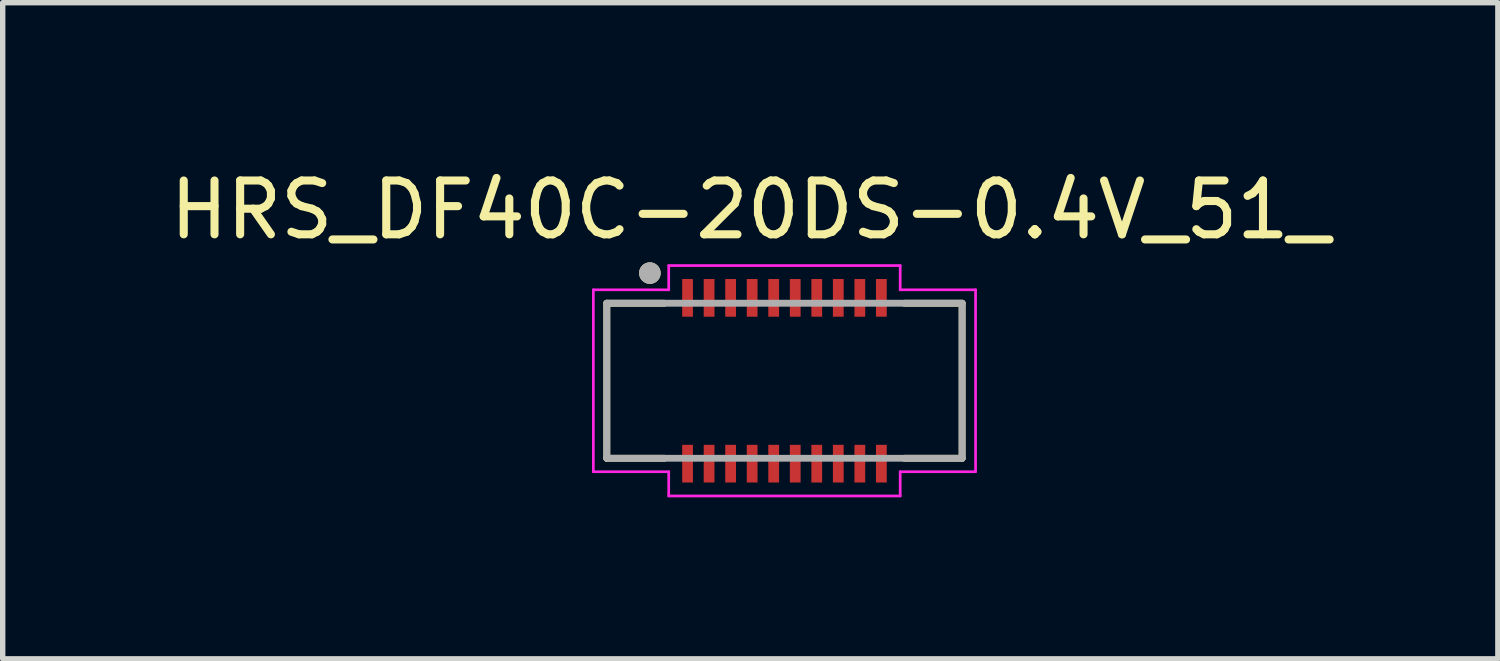
<source format=kicad_pcb>
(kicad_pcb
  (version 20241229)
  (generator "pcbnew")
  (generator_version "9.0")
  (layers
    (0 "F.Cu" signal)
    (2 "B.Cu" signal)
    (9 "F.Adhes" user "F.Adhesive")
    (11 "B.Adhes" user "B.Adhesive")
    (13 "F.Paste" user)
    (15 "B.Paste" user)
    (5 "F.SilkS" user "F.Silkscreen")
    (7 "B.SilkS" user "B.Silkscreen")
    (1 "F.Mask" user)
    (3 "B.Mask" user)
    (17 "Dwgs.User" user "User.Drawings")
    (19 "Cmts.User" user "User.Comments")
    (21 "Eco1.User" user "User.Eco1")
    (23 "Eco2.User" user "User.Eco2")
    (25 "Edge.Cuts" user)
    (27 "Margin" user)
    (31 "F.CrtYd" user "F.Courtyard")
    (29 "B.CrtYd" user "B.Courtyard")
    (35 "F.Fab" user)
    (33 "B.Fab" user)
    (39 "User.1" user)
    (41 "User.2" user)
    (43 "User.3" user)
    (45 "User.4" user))
  (footprint "HRS_DF40C-20DS-0.4V_51_"
    (layer "F.Cu")
    (at 11.522 4.023)
    (property "Reference" "HRS_DF40C-20DS-0.4V_51_" (at -0.635 -3.175 0) (layer "F.SilkS") (effects (font (size 1 1) (thickness 0.15))))
    (attr smd)
    (fp_line (start -3.3 -1.44) (end -3.3 1.44) (stroke (width 0.127) (type solid)) (layer "F.SilkS"))
    (fp_line (start -3.3 1.44) (end -2.23 1.44) (stroke (width 0.127) (type solid)) (layer "F.SilkS"))
    (fp_line (start -2.23 -1.44) (end -3.3 -1.44) (stroke (width 0.127) (type solid)) (layer "F.SilkS"))
    (fp_line (start 2.23 -1.44) (end 3.3 -1.44) (stroke (width 0.127) (type solid)) (layer "F.SilkS"))
    (fp_line (start 3.3 -1.44) (end 3.3 1.44) (stroke (width 0.127) (type solid)) (layer "F.SilkS"))
    (fp_line (start 3.3 1.44) (end 2.23 1.44) (stroke (width 0.127) (type solid)) (layer "F.SilkS"))
    (fp_circle (center -2.5 -2) (end -2.4 -2) (stroke (width 0.2) (type solid)) (fill no) (layer "F.SilkS"))
    (fp_poly (pts (xy -1.88 -1.82) (xy -1.72 -1.82) (xy -1.72 -1.26) (xy -1.88 -1.26)) (stroke (width 0.01) (type solid)) (fill yes) (layer "F.Paste"))
    (fp_poly (pts (xy -1.88 1.26) (xy -1.72 1.26) (xy -1.72 1.82) (xy -1.88 1.82)) (stroke (width 0.01) (type solid)) (fill yes) (layer "F.Paste"))
    (fp_poly (pts (xy -1.48 -1.82) (xy -1.32 -1.82) (xy -1.32 -1.26) (xy -1.48 -1.26)) (stroke (width 0.01) (type solid)) (fill yes) (layer "F.Paste"))
    (fp_poly (pts (xy -1.48 1.26) (xy -1.32 1.26) (xy -1.32 1.82) (xy -1.48 1.82)) (stroke (width 0.01) (type solid)) (fill yes) (layer "F.Paste"))
    (fp_poly (pts (xy -1.08 -1.82) (xy -0.92 -1.82) (xy -0.92 -1.26) (xy -1.08 -1.26)) (stroke (width 0.01) (type solid)) (fill yes) (layer "F.Paste"))
    (fp_poly (pts (xy -1.08 1.26) (xy -0.92 1.26) (xy -0.92 1.82) (xy -1.08 1.82)) (stroke (width 0.01) (type solid)) (fill yes) (layer "F.Paste"))
    (fp_poly (pts (xy -0.68 -1.82) (xy -0.52 -1.82) (xy -0.52 -1.26) (xy -0.68 -1.26)) (stroke (width 0.01) (type solid)) (fill yes) (layer "F.Paste"))
    (fp_poly (pts (xy -0.68 1.26) (xy -0.52 1.26) (xy -0.52 1.82) (xy -0.68 1.82)) (stroke (width 0.01) (type solid)) (fill yes) (layer "F.Paste"))
    (fp_poly (pts (xy -0.28 -1.82) (xy -0.12 -1.82) (xy -0.12 -1.26) (xy -0.28 -1.26)) (stroke (width 0.01) (type solid)) (fill yes) (layer "F.Paste"))
    (fp_poly (pts (xy -0.28 1.26) (xy -0.12 1.26) (xy -0.12 1.82) (xy -0.28 1.82)) (stroke (width 0.01) (type solid)) (fill yes) (layer "F.Paste"))
    (fp_poly (pts (xy 0.12 -1.82) (xy 0.28 -1.82) (xy 0.28 -1.26) (xy 0.12 -1.26)) (stroke (width 0.01) (type solid)) (fill yes) (layer "F.Paste"))
    (fp_poly (pts (xy 0.12 1.26) (xy 0.28 1.26) (xy 0.28 1.82) (xy 0.12 1.82)) (stroke (width 0.01) (type solid)) (fill yes) (layer "F.Paste"))
    (fp_poly (pts (xy 0.52 -1.82) (xy 0.68 -1.82) (xy 0.68 -1.26) (xy 0.52 -1.26)) (stroke (width 0.01) (type solid)) (fill yes) (layer "F.Paste"))
    (fp_poly (pts (xy 0.52 1.26) (xy 0.68 1.26) (xy 0.68 1.82) (xy 0.52 1.82)) (stroke (width 0.01) (type solid)) (fill yes) (layer "F.Paste"))
    (fp_poly (pts (xy 0.92 -1.82) (xy 1.08 -1.82) (xy 1.08 -1.26) (xy 0.92 -1.26)) (stroke (width 0.01) (type solid)) (fill yes) (layer "F.Paste"))
    (fp_poly (pts (xy 0.92 1.26) (xy 1.08 1.26) (xy 1.08 1.82) (xy 0.92 1.82)) (stroke (width 0.01) (type solid)) (fill yes) (layer "F.Paste"))
    (fp_poly (pts (xy 1.32 -1.82) (xy 1.48 -1.82) (xy 1.48 -1.26) (xy 1.32 -1.26)) (stroke (width 0.01) (type solid)) (fill yes) (layer "F.Paste"))
    (fp_poly (pts (xy 1.32 1.26) (xy 1.48 1.26) (xy 1.48 1.82) (xy 1.32 1.82)) (stroke (width 0.01) (type solid)) (fill yes) (layer "F.Paste"))
    (fp_poly (pts (xy 1.72 -1.82) (xy 1.88 -1.82) (xy 1.88 -1.26) (xy 1.72 -1.26)) (stroke (width 0.01) (type solid)) (fill yes) (layer "F.Paste"))
    (fp_poly (pts (xy 1.72 1.26) (xy 1.88 1.26) (xy 1.88 1.82) (xy 1.72 1.82)) (stroke (width 0.01) (type solid)) (fill yes) (layer "F.Paste"))
    (fp_line (start -3.55 -1.69) (end -2.15 -1.69) (stroke (width 0.05) (type solid)) (layer "F.CrtYd"))
    (fp_line (start -3.55 1.69) (end -3.55 -1.69) (stroke (width 0.05) (type solid)) (layer "F.CrtYd"))
    (fp_line (start -2.15 -2.14) (end 2.15 -2.14) (stroke (width 0.05) (type solid)) (layer "F.CrtYd"))
    (fp_line (start -2.15 -1.69) (end -2.15 -2.14) (stroke (width 0.05) (type solid)) (layer "F.CrtYd"))
    (fp_line (start -2.15 1.69) (end -3.55 1.69) (stroke (width 0.05) (type solid)) (layer "F.CrtYd"))
    (fp_line (start -2.15 2.14) (end -2.15 1.69) (stroke (width 0.05) (type solid)) (layer "F.CrtYd"))
    (fp_line (start 2.15 -2.14) (end 2.15 -1.69) (stroke (width 0.05) (type solid)) (layer "F.CrtYd"))
    (fp_line (start 2.15 -1.69) (end 3.55 -1.69) (stroke (width 0.05) (type solid)) (layer "F.CrtYd"))
    (fp_line (start 2.15 1.69) (end 2.15 2.14) (stroke (width 0.05) (type solid)) (layer "F.CrtYd"))
    (fp_line (start 2.15 2.14) (end -2.15 2.14) (stroke (width 0.05) (type solid)) (layer "F.CrtYd"))
    (fp_line (start 3.55 -1.69) (end 3.55 1.69) (stroke (width 0.05) (type solid)) (layer "F.CrtYd"))
    (fp_line (start 3.55 1.69) (end 2.15 1.69) (stroke (width 0.05) (type solid)) (layer "F.CrtYd"))
    (fp_line (start -3.3 -1.44) (end 3.3 -1.44) (stroke (width 0.127) (type solid)) (layer "F.Fab"))
    (fp_line (start -3.3 1.44) (end -3.3 -1.44) (stroke (width 0.127) (type solid)) (layer "F.Fab"))
    (fp_line (start 3.3 -1.44) (end 3.3 1.44) (stroke (width 0.127) (type solid)) (layer "F.Fab"))
    (fp_line (start 3.3 1.44) (end -3.3 1.44) (stroke (width 0.127) (type solid)) (layer "F.Fab"))
    (fp_circle (center -2.5 -2) (end -2.4 -2) (stroke (width 0.2) (type solid)) (fill no) (layer "F.Fab"))
    (pad "1" smd rect (at -1.8 -1.54) (size 0.2 0.7) (layers "F.Cu" "F.Mask"))
    (pad "2" smd rect (at -1.8 1.54) (size 0.2 0.7) (layers "F.Cu" "F.Mask"))
    (pad "3" smd rect (at -1.4 -1.54) (size 0.2 0.7) (layers "F.Cu" "F.Mask"))
    (pad "4" smd rect (at -1.4 1.54) (size 0.2 0.7) (layers "F.Cu" "F.Mask"))
    (pad "5" smd rect (at -1 -1.54) (size 0.2 0.7) (layers "F.Cu" "F.Mask"))
    (pad "6" smd rect (at -1 1.54) (size 0.2 0.7) (layers "F.Cu" "F.Mask"))
    (pad "7" smd rect (at -0.6 -1.54) (size 0.2 0.7) (layers "F.Cu" "F.Mask"))
    (pad "8" smd rect (at -0.6 1.54) (size 0.2 0.7) (layers "F.Cu" "F.Mask"))
    (pad "9" smd rect (at -0.2 -1.54) (size 0.2 0.7) (layers "F.Cu" "F.Mask"))
    (pad "10" smd rect (at -0.2 1.54) (size 0.2 0.7) (layers "F.Cu" "F.Mask"))
    (pad "11" smd rect (at 0.2 -1.54) (size 0.2 0.7) (layers "F.Cu" "F.Mask"))
    (pad "12" smd rect (at 0.2 1.54) (size 0.2 0.7) (layers "F.Cu" "F.Mask"))
    (pad "13" smd rect (at 0.6 -1.54) (size 0.2 0.7) (layers "F.Cu" "F.Mask"))
    (pad "14" smd rect (at 0.6 1.54) (size 0.2 0.7) (layers "F.Cu" "F.Mask"))
    (pad "15" smd rect (at 1 -1.54) (size 0.2 0.7) (layers "F.Cu" "F.Mask"))
    (pad "16" smd rect (at 1 1.54) (size 0.2 0.7) (layers "F.Cu" "F.Mask"))
    (pad "17" smd rect (at 1.4 -1.54) (size 0.2 0.7) (layers "F.Cu" "F.Mask"))
    (pad "18" smd rect (at 1.4 1.54) (size 0.2 0.7) (layers "F.Cu" "F.Mask"))
    (pad "19" smd rect (at 1.8 -1.54) (size 0.2 0.7) (layers "F.Cu" "F.Mask"))
    (pad "20" smd rect (at 1.8 1.54) (size 0.2 0.7) (layers "F.Cu" "F.Mask"))
    (zone (net_name "") (layer "F.Cu") (hatch full 0.508) (connect_pads) (min_thickness 0.01) (filled_areas_thickness no) (keepout (tracks not_allowed) (vias not_allowed) (pads not_allowed) (copperpour not_allowed) (footprints allowed)) (placement (enabled no)) (fill) (polygon (pts (xy 9.622 2.283) (xy 9.822 2.283) (xy 9.822 2.723) (xy 9.622 2.723))))
    (zone (net_name "") (layer "F.Cu") (hatch full 0.508) (connect_pads) (min_thickness 0.01) (filled_areas_thickness no) (keepout (tracks not_allowed) (vias not_allowed) (pads not_allowed) (copperpour not_allowed) (footprints allowed)) (placement (enabled no)) (fill) (polygon (pts (xy 9.622 5.353) (xy 9.822 5.353) (xy 9.822 5.793) (xy 9.622 5.793))))
    (zone (net_name "") (layer "F.Cu") (hatch full 0.508) (connect_pads) (min_thickness 0.01) (filled_areas_thickness no) (keepout (tracks not_allowed) (vias not_allowed) (pads not_allowed) (copperpour not_allowed) (footprints allowed)) (placement (enabled no)) (fill) (polygon (pts (xy 10.022 2.283) (xy 10.222 2.283) (xy 10.222 2.723) (xy 10.022 2.723))))
    (zone (net_name "") (layer "F.Cu") (hatch full 0.508) (connect_pads) (min_thickness 0.01) (filled_areas_thickness no) (keepout (tracks not_allowed) (vias not_allowed) (pads not_allowed) (copperpour not_allowed) (footprints allowed)) (placement (enabled no)) (fill) (polygon (pts (xy 10.022 5.353) (xy 10.222 5.353) (xy 10.222 5.793) (xy 10.022 5.793))))
    (zone (net_name "") (layer "F.Cu") (hatch full 0.508) (connect_pads) (min_thickness 0.01) (filled_areas_thickness no) (keepout (tracks not_allowed) (vias not_allowed) (pads not_allowed) (copperpour not_allowed) (footprints allowed)) (placement (enabled no)) (fill) (polygon (pts (xy 10.422 2.283) (xy 10.622 2.283) (xy 10.622 2.723) (xy 10.422 2.723))))
    (zone (net_name "") (layer "F.Cu") (hatch full 0.508) (connect_pads) (min_thickness 0.01) (filled_areas_thickness no) (keepout (tracks not_allowed) (vias not_allowed) (pads not_allowed) (copperpour not_allowed) (footprints allowed)) (placement (enabled no)) (fill) (polygon (pts (xy 10.422 5.353) (xy 10.622 5.353) (xy 10.622 5.793) (xy 10.422 5.793))))
    (zone (net_name "") (layer "F.Cu") (hatch full 0.508) (connect_pads) (min_thickness 0.01) (filled_areas_thickness no) (keepout (tracks not_allowed) (vias not_allowed) (pads not_allowed) (copperpour not_allowed) (footprints allowed)) (placement (enabled no)) (fill) (polygon (pts (xy 10.822 2.283) (xy 11.022 2.283) (xy 11.022 2.723) (xy 10.822 2.723))))
    (zone (net_name "") (layer "F.Cu") (hatch full 0.508) (connect_pads) (min_thickness 0.01) (filled_areas_thickness no) (keepout (tracks not_allowed) (vias not_allowed) (pads not_allowed) (copperpour not_allowed) (footprints allowed)) (placement (enabled no)) (fill) (polygon (pts (xy 10.822 5.353) (xy 11.022 5.353) (xy 11.022 5.793) (xy 10.822 5.793))))
    (zone (net_name "") (layer "F.Cu") (hatch full 0.508) (connect_pads) (min_thickness 0.01) (filled_areas_thickness no) (keepout (tracks not_allowed) (vias not_allowed) (pads not_allowed) (copperpour not_allowed) (footprints allowed)) (placement (enabled no)) (fill) (polygon (pts (xy 11.222 2.283) (xy 11.422 2.283) (xy 11.422 2.723) (xy 11.222 2.723))))
    (zone (net_name "") (layer "F.Cu") (hatch full 0.508) (connect_pads) (min_thickness 0.01) (filled_areas_thickness no) (keepout (tracks not_allowed) (vias not_allowed) (pads not_allowed) (copperpour not_allowed) (footprints allowed)) (placement (enabled no)) (fill) (polygon (pts (xy 11.222 5.353) (xy 11.422 5.353) (xy 11.422 5.793) (xy 11.222 5.793))))
    (zone (net_name "") (layer "F.Cu") (hatch full 0.508) (connect_pads) (min_thickness 0.01) (filled_areas_thickness no) (keepout (tracks not_allowed) (vias not_allowed) (pads not_allowed) (copperpour not_allowed) (footprints allowed)) (placement (enabled no)) (fill) (polygon (pts (xy 11.622 2.283) (xy 11.822 2.283) (xy 11.822 2.723) (xy 11.622 2.723))))
    (zone (net_name "") (layer "F.Cu") (hatch full 0.508) (connect_pads) (min_thickness 0.01) (filled_areas_thickness no) (keepout (tracks not_allowed) (vias not_allowed) (pads not_allowed) (copperpour not_allowed) (footprints allowed)) (placement (enabled no)) (fill) (polygon (pts (xy 11.622 5.353) (xy 11.822 5.353) (xy 11.822 5.793) (xy 11.622 5.793))))
    (zone (net_name "") (layer "F.Cu") (hatch full 0.508) (connect_pads) (min_thickness 0.01) (filled_areas_thickness no) (keepout (tracks not_allowed) (vias not_allowed) (pads not_allowed) (copperpour not_allowed) (footprints allowed)) (placement (enabled no)) (fill) (polygon (pts (xy 12.022 2.283) (xy 12.222 2.283) (xy 12.222 2.723) (xy 12.022 2.723))))
    (zone (net_name "") (layer "F.Cu") (hatch full 0.508) (connect_pads) (min_thickness 0.01) (filled_areas_thickness no) (keepout (tracks not_allowed) (vias not_allowed) (pads not_allowed) (copperpour not_allowed) (footprints allowed)) (placement (enabled no)) (fill) (polygon (pts (xy 12.022 5.353) (xy 12.222 5.353) (xy 12.222 5.793) (xy 12.022 5.793))))
    (zone (net_name "") (layer "F.Cu") (hatch full 0.508) (connect_pads) (min_thickness 0.01) (filled_areas_thickness no) (keepout (tracks not_allowed) (vias not_allowed) (pads not_allowed) (copperpour not_allowed) (footprints allowed)) (placement (enabled no)) (fill) (polygon (pts (xy 12.422 2.283) (xy 12.622 2.283) (xy 12.622 2.723) (xy 12.422 2.723))))
    (zone (net_name "") (layer "F.Cu") (hatch full 0.508) (connect_pads) (min_thickness 0.01) (filled_areas_thickness no) (keepout (tracks not_allowed) (vias not_allowed) (pads not_allowed) (copperpour not_allowed) (footprints allowed)) (placement (enabled no)) (fill) (polygon (pts (xy 12.422 5.353) (xy 12.622 5.353) (xy 12.622 5.793) (xy 12.422 5.793))))
    (zone (net_name "") (layer "F.Cu") (hatch full 0.508) (connect_pads) (min_thickness 0.01) (filled_areas_thickness no) (keepout (tracks not_allowed) (vias not_allowed) (pads not_allowed) (copperpour not_allowed) (footprints allowed)) (placement (enabled no)) (fill) (polygon (pts (xy 12.822 2.283) (xy 13.022 2.283) (xy 13.022 2.723) (xy 12.822 2.723))))
    (zone (net_name "") (layer "F.Cu") (hatch full 0.508) (connect_pads) (min_thickness 0.01) (filled_areas_thickness no) (keepout (tracks not_allowed) (vias not_allowed) (pads not_allowed) (copperpour not_allowed) (footprints allowed)) (placement (enabled no)) (fill) (polygon (pts (xy 12.822 5.353) (xy 13.022 5.353) (xy 13.022 5.793) (xy 12.822 5.793))))
    (zone (net_name "") (layer "F.Cu") (hatch full 0.508) (connect_pads) (min_thickness 0.01) (filled_areas_thickness no) (keepout (tracks not_allowed) (vias not_allowed) (pads not_allowed) (copperpour not_allowed) (footprints allowed)) (placement (enabled no)) (fill) (polygon (pts (xy 13.222 2.283) (xy 13.422 2.283) (xy 13.422 2.723) (xy 13.222 2.723))))
    (zone (net_name "") (layer "F.Cu") (hatch full 0.508) (connect_pads) (min_thickness 0.01) (filled_areas_thickness no) (keepout (tracks not_allowed) (vias not_allowed) (pads not_allowed) (copperpour not_allowed) (footprints allowed)) (placement (enabled no)) (fill) (polygon (pts (xy 13.222 5.353) (xy 13.422 5.353) (xy 13.422 5.793) (xy 13.222 5.793))))
    (zone (net_name "") (layers "F.Cu" "B.Cu") (hatch full 0.508) (connect_pads) (min_thickness 0.01) (filled_areas_thickness no) (keepout (tracks allowed) (vias not_allowed) (pads allowed) (copperpour allowed) (footprints allowed)) (placement (enabled no)) (fill) (polygon (pts (xy 9.622 2.283) (xy 9.822 2.283) (xy 9.822 2.723) (xy 9.622 2.723))))
    (zone (net_name "") (layers "F.Cu" "B.Cu") (hatch full 0.508) (connect_pads) (min_thickness 0.01) (filled_areas_thickness no) (keepout (tracks allowed) (vias not_allowed) (pads allowed) (copperpour allowed) (footprints allowed)) (placement (enabled no)) (fill) (polygon (pts (xy 9.622 5.353) (xy 9.822 5.353) (xy 9.822 5.793) (xy 9.622 5.793))))
    (zone (net_name "") (layers "F.Cu" "B.Cu") (hatch full 0.508) (connect_pads) (min_thickness 0.01) (filled_areas_thickness no) (keepout (tracks allowed) (vias not_allowed) (pads allowed) (copperpour allowed) (footprints allowed)) (placement (enabled no)) (fill) (polygon (pts (xy 10.022 2.283) (xy 10.222 2.283) (xy 10.222 2.723) (xy 10.022 2.723))))
    (zone (net_name "") (layers "F.Cu" "B.Cu") (hatch full 0.508) (connect_pads) (min_thickness 0.01) (filled_areas_thickness no) (keepout (tracks allowed) (vias not_allowed) (pads allowed) (copperpour allowed) (footprints allowed)) (placement (enabled no)) (fill) (polygon (pts (xy 10.022 5.353) (xy 10.222 5.353) (xy 10.222 5.793) (xy 10.022 5.793))))
    (zone (net_name "") (layers "F.Cu" "B.Cu") (hatch full 0.508) (connect_pads) (min_thickness 0.01) (filled_areas_thickness no) (keepout (tracks allowed) (vias not_allowed) (pads allowed) (copperpour allowed) (footprints allowed)) (placement (enabled no)) (fill) (polygon (pts (xy 10.422 2.283) (xy 10.622 2.283) (xy 10.622 2.723) (xy 10.422 2.723))))
    (zone (net_name "") (layers "F.Cu" "B.Cu") (hatch full 0.508) (connect_pads) (min_thickness 0.01) (filled_areas_thickness no) (keepout (tracks allowed) (vias not_allowed) (pads allowed) (copperpour allowed) (footprints allowed)) (placement (enabled no)) (fill) (polygon (pts (xy 10.422 5.353) (xy 10.622 5.353) (xy 10.622 5.793) (xy 10.422 5.793))))
    (zone (net_name "") (layers "F.Cu" "B.Cu") (hatch full 0.508) (connect_pads) (min_thickness 0.01) (filled_areas_thickness no) (keepout (tracks allowed) (vias not_allowed) (pads allowed) (copperpour allowed) (footprints allowed)) (placement (enabled no)) (fill) (polygon (pts (xy 10.822 2.283) (xy 11.022 2.283) (xy 11.022 2.723) (xy 10.822 2.723))))
    (zone (net_name "") (layers "F.Cu" "B.Cu") (hatch full 0.508) (connect_pads) (min_thickness 0.01) (filled_areas_thickness no) (keepout (tracks allowed) (vias not_allowed) (pads allowed) (copperpour allowed) (footprints allowed)) (placement (enabled no)) (fill) (polygon (pts (xy 10.822 5.353) (xy 11.022 5.353) (xy 11.022 5.793) (xy 10.822 5.793))))
    (zone (net_name "") (layers "F.Cu" "B.Cu") (hatch full 0.508) (connect_pads) (min_thickness 0.01) (filled_areas_thickness no) (keepout (tracks allowed) (vias not_allowed) (pads allowed) (copperpour allowed) (footprints allowed)) (placement (enabled no)) (fill) (polygon (pts (xy 11.222 2.283) (xy 11.422 2.283) (xy 11.422 2.723) (xy 11.222 2.723))))
    (zone (net_name "") (layers "F.Cu" "B.Cu") (hatch full 0.508) (connect_pads) (min_thickness 0.01) (filled_areas_thickness no) (keepout (tracks allowed) (vias not_allowed) (pads allowed) (copperpour allowed) (footprints allowed)) (placement (enabled no)) (fill) (polygon (pts (xy 11.222 5.353) (xy 11.422 5.353) (xy 11.422 5.793) (xy 11.222 5.793))))
    (zone (net_name "") (layers "F.Cu" "B.Cu") (hatch full 0.508) (connect_pads) (min_thickness 0.01) (filled_areas_thickness no) (keepout (tracks allowed) (vias not_allowed) (pads allowed) (copperpour allowed) (footprints allowed)) (placement (enabled no)) (fill) (polygon (pts (xy 11.622 2.283) (xy 11.822 2.283) (xy 11.822 2.723) (xy 11.622 2.723))))
    (zone (net_name "") (layers "F.Cu" "B.Cu") (hatch full 0.508) (connect_pads) (min_thickness 0.01) (filled_areas_thickness no) (keepout (tracks allowed) (vias not_allowed) (pads allowed) (copperpour allowed) (footprints allowed)) (placement (enabled no)) (fill) (polygon (pts (xy 11.622 5.353) (xy 11.822 5.353) (xy 11.822 5.793) (xy 11.622 5.793))))
    (zone (net_name "") (layers "F.Cu" "B.Cu") (hatch full 0.508) (connect_pads) (min_thickness 0.01) (filled_areas_thickness no) (keepout (tracks allowed) (vias not_allowed) (pads allowed) (copperpour allowed) (footprints allowed)) (placement (enabled no)) (fill) (polygon (pts (xy 12.022 2.283) (xy 12.222 2.283) (xy 12.222 2.723) (xy 12.022 2.723))))
    (zone (net_name "") (layers "F.Cu" "B.Cu") (hatch full 0.508) (connect_pads) (min_thickness 0.01) (filled_areas_thickness no) (keepout (tracks allowed) (vias not_allowed) (pads allowed) (copperpour allowed) (footprints allowed)) (placement (enabled no)) (fill) (polygon (pts (xy 12.022 5.353) (xy 12.222 5.353) (xy 12.222 5.793) (xy 12.022 5.793))))
    (zone (net_name "") (layers "F.Cu" "B.Cu") (hatch full 0.508) (connect_pads) (min_thickness 0.01) (filled_areas_thickness no) (keepout (tracks allowed) (vias not_allowed) (pads allowed) (copperpour allowed) (footprints allowed)) (placement (enabled no)) (fill) (polygon (pts (xy 12.422 2.283) (xy 12.622 2.283) (xy 12.622 2.723) (xy 12.422 2.723))))
    (zone (net_name "") (layers "F.Cu" "B.Cu") (hatch full 0.508) (connect_pads) (min_thickness 0.01) (filled_areas_thickness no) (keepout (tracks allowed) (vias not_allowed) (pads allowed) (copperpour allowed) (footprints allowed)) (placement (enabled no)) (fill) (polygon (pts (xy 12.422 5.353) (xy 12.622 5.353) (xy 12.622 5.793) (xy 12.422 5.793))))
    (zone (net_name "") (layers "F.Cu" "B.Cu") (hatch full 0.508) (connect_pads) (min_thickness 0.01) (filled_areas_thickness no) (keepout (tracks allowed) (vias not_allowed) (pads allowed) (copperpour allowed) (footprints allowed)) (placement (enabled no)) (fill) (polygon (pts (xy 12.822 2.283) (xy 13.022 2.283) (xy 13.022 2.723) (xy 12.822 2.723))))
    (zone (net_name "") (layers "F.Cu" "B.Cu") (hatch full 0.508) (connect_pads) (min_thickness 0.01) (filled_areas_thickness no) (keepout (tracks allowed) (vias not_allowed) (pads allowed) (copperpour allowed) (footprints allowed)) (placement (enabled no)) (fill) (polygon (pts (xy 12.822 5.353) (xy 13.022 5.353) (xy 13.022 5.793) (xy 12.822 5.793))))
    (zone (net_name "") (layers "F.Cu" "B.Cu") (hatch full 0.508) (connect_pads) (min_thickness 0.01) (filled_areas_thickness no) (keepout (tracks allowed) (vias not_allowed) (pads allowed) (copperpour allowed) (footprints allowed)) (placement (enabled no)) (fill) (polygon (pts (xy 13.222 2.283) (xy 13.422 2.283) (xy 13.422 2.723) (xy 13.222 2.723))))
    (zone (net_name "") (layers "F.Cu" "B.Cu") (hatch full 0.508) (connect_pads) (min_thickness 0.01) (filled_areas_thickness no) (keepout (tracks allowed) (vias not_allowed) (pads allowed) (copperpour allowed) (footprints allowed)) (placement (enabled no)) (fill) (polygon (pts (xy 13.222 5.353) (xy 13.422 5.353) (xy 13.422 5.793) (xy 13.222 5.793)))))
  (gr_rect
    (start -3 -3)
    (end 24.774 9.188)
    (stroke (width 0.1) (type default))
    (fill no)
    (layer "Edge.Cuts")))
</source>
